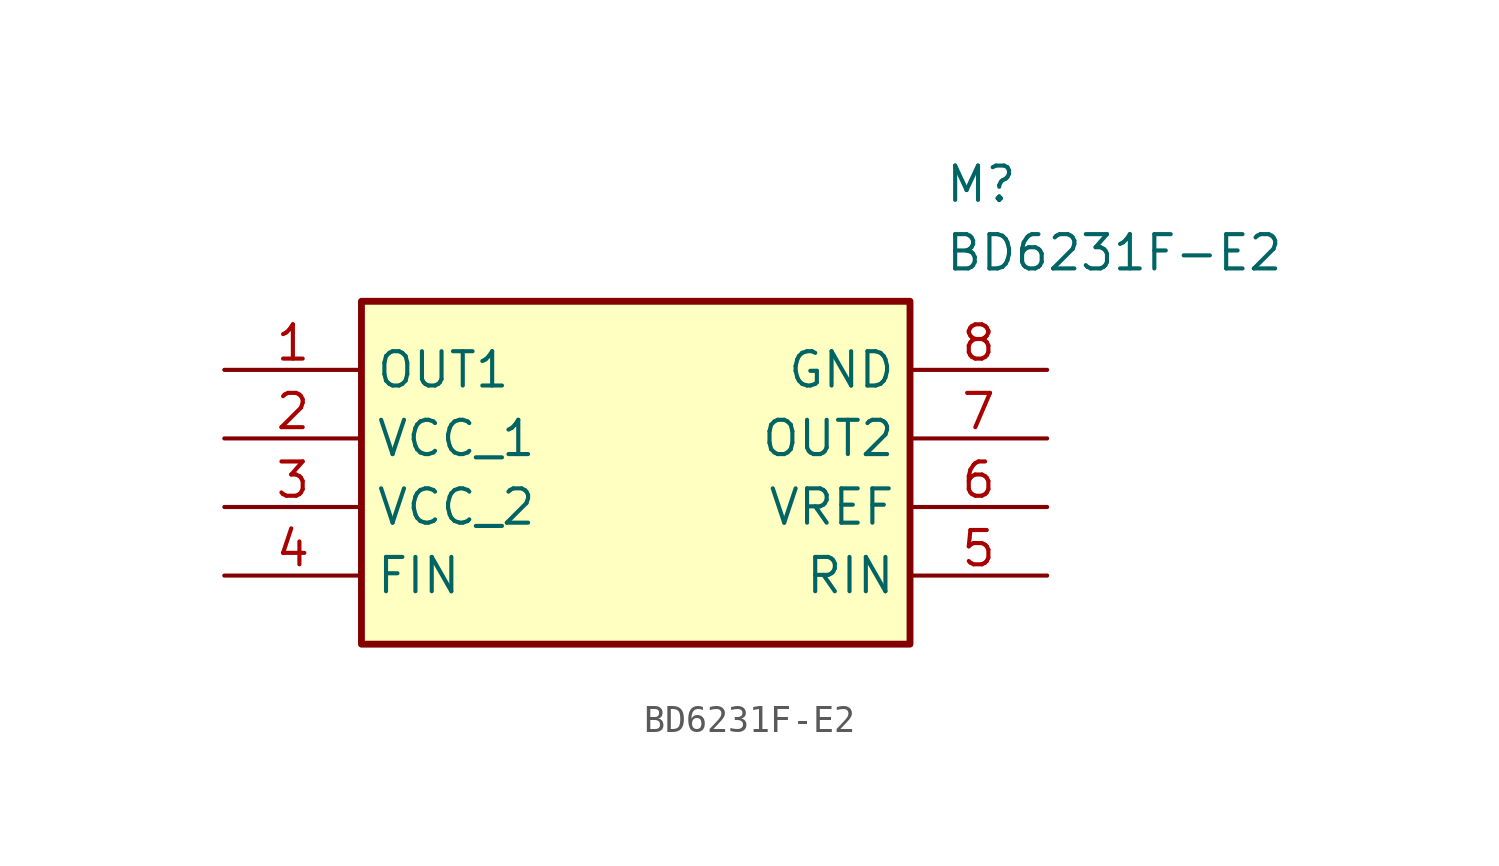
<source format=kicad_sym>
(kicad_symbol_lib
  (version 20211014)
  (generator SamacSys_ECAD_Model)
  (symbol "BD6231F-E2"
    (property "Reference" "M"
      (at 26.67 7.62 0)
      (effects (font (size 1.27 1.27)) (justify left top)))
    (property "Value" "BD6231F-E2"
      (at 26.67 5.08 0)
      (effects (font (size 1.27 1.27)) (justify left top)))
    (rectangle
      (start 5.08 2.54)
      (end 25.4 -10.16)
      (stroke (width 0.254) (type default))
      (fill (type background)))
    (pin passive line
      (at 0 0 0)
      (length 5.08)
      (name "OUT1" (effects (font (size 1.27 1.27))))
      (number "1" (effects (font (size 1.27 1.27)))))
    (pin passive line
      (at 0 -2.54 0)
      (length 5.08)
      (name "VCC_1" (effects (font (size 1.27 1.27))))
      (number "2" (effects (font (size 1.27 1.27)))))
    (pin passive line
      (at 0 -5.08 0)
      (length 5.08)
      (name "VCC_2" (effects (font (size 1.27 1.27))))
      (number "3" (effects (font (size 1.27 1.27)))))
    (pin passive line
      (at 0 -7.62 0)
      (length 5.08)
      (name "FIN" (effects (font (size 1.27 1.27))))
      (number "4" (effects (font (size 1.27 1.27)))))
    (pin passive line
      (at 30.48 0 180)
      (length 5.08)
      (name "GND" (effects (font (size 1.27 1.27))))
      (number "8" (effects (font (size 1.27 1.27)))))
    (pin passive line
      (at 30.48 -2.54 180)
      (length 5.08)
      (name "OUT2" (effects (font (size 1.27 1.27))))
      (number "7" (effects (font (size 1.27 1.27)))))
    (pin passive line
      (at 30.48 -5.08 180)
      (length 5.08)
      (name "VREF" (effects (font (size 1.27 1.27))))
      (number "6" (effects (font (size 1.27 1.27)))))
    (pin passive line
      (at 30.48 -7.62 180)
      (length 5.08)
      (name "RIN" (effects (font (size 1.27 1.27))))
      (number "5" (effects (font (size 1.27 1.27)))))))
</source>
